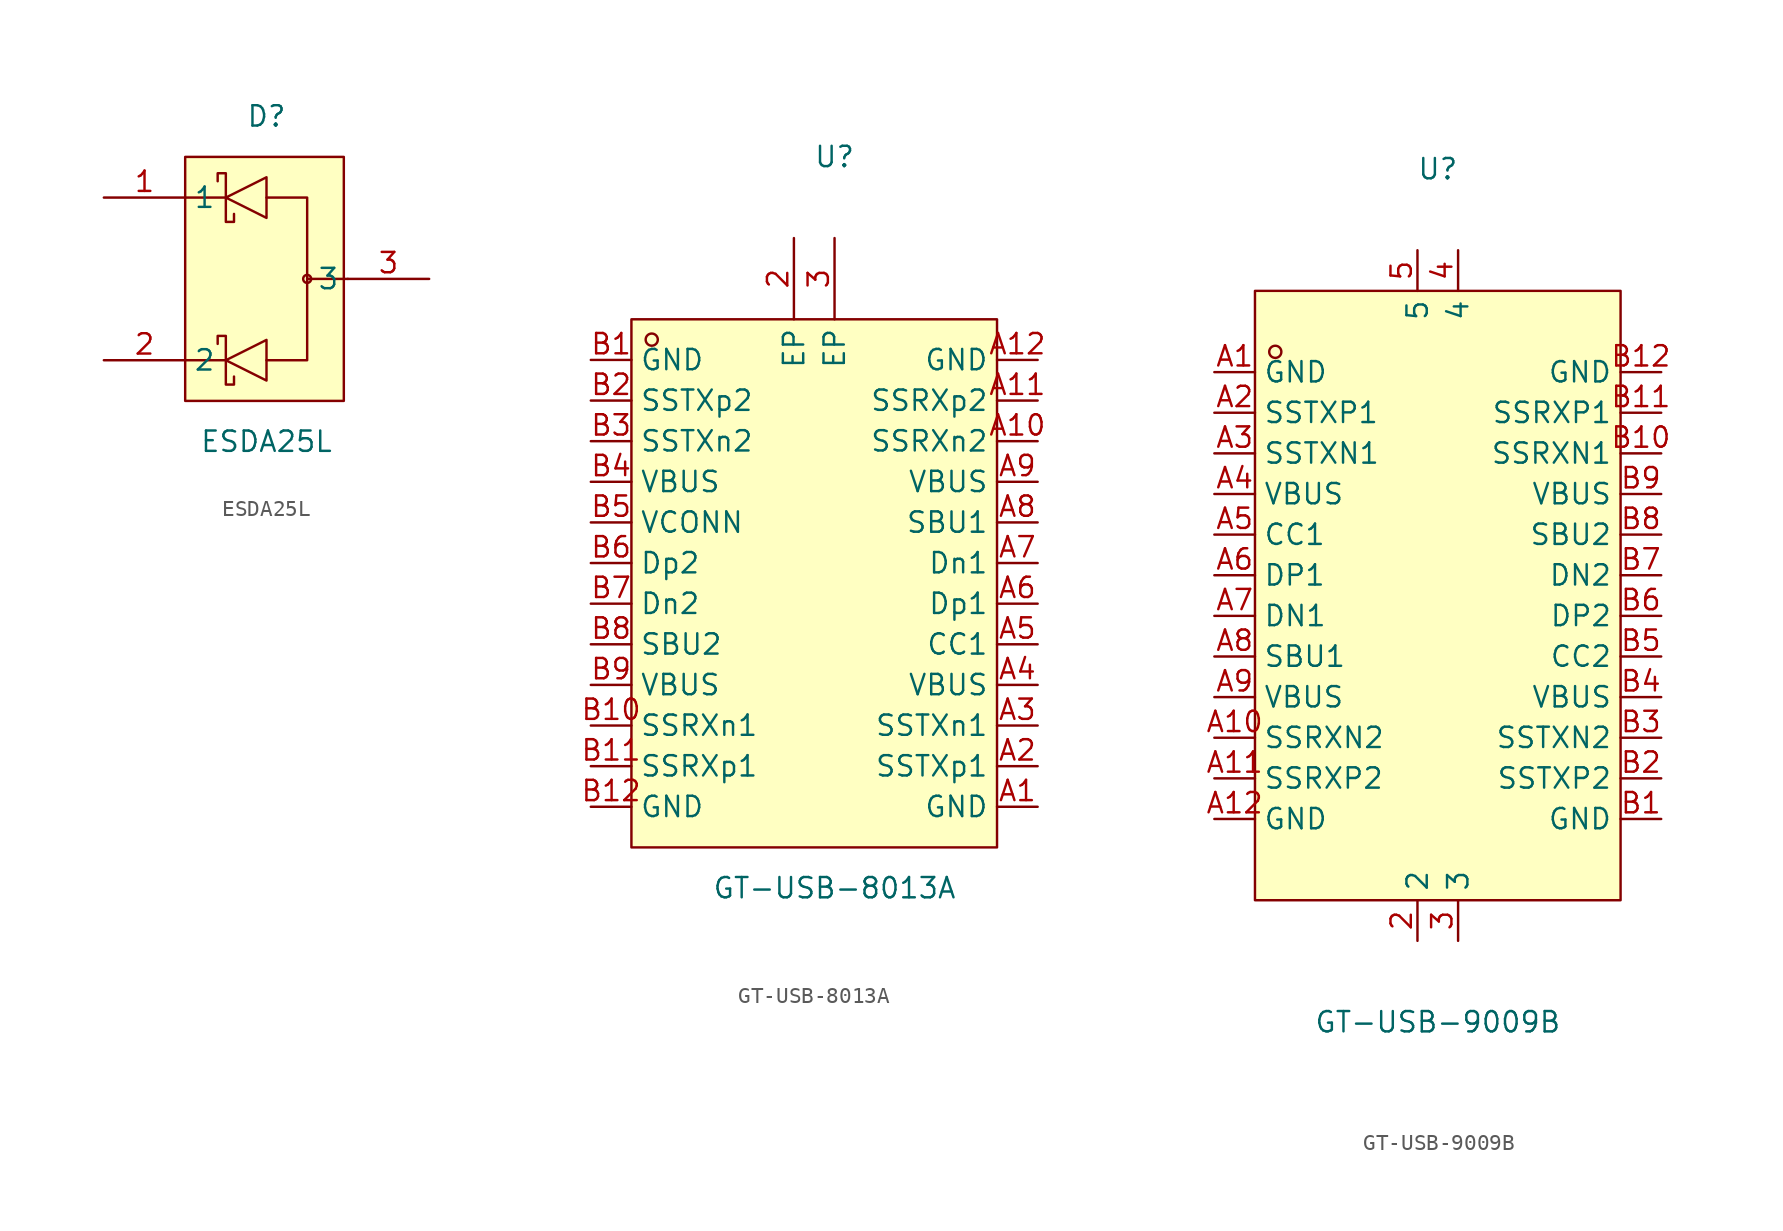
<source format=kicad_sym>
(kicad_symbol_lib
  (version 20241209)
  (generator "kicad_symbol_editor")
  (generator_version "9.0")
  (symbol "ESDA25L"
    (property "Reference" "D"
      (at 0 10.16 0)
      (effects (font (size 1.27 1.27))))
    (property "Value" "ESDA25L"
      (at 0 -10.16 0)
      (effects (font (size 1.27 1.27))))
    (symbol "ESDA25L_0_1"
      (rectangle (start -5.08 7.62) (end 4.83 -7.62) (stroke (width 0) (type default)) (fill (type background)))
      (polyline (pts (xy -5.08 5.08) (xy -2.54 5.08)) (stroke (width 0) (type default)) (fill (type none)))
      (polyline (pts (xy -5.08 -5.08) (xy -2.54 -5.08)) (stroke (width 0) (type default)) (fill (type none)))
      (polyline (pts (xy -3.05 6.1) (xy -3.05 6.6) (xy -2.54 6.6) (xy -2.54 3.56) (xy -2.03 3.56) (xy -2.03 4.06)) (stroke (width 0) (type default)) (fill (type none)))
      (polyline (pts (xy -3.05 -4.06) (xy -3.05 -3.56) (xy -2.54 -3.56) (xy -2.54 -6.6) (xy -2.03 -6.6) (xy -2.03 -6.1)) (stroke (width 0) (type default)) (fill (type none)))
      (polyline (pts (xy 0 6.35) (xy -2.54 5.08) (xy 0 3.81) (xy 0 6.35)) (stroke (width 0) (type default)) (fill (type background)))
      (polyline (pts (xy 0 5.08) (xy 2.54 5.08) (xy 2.54 -5.08) (xy 0 -5.08)) (stroke (width 0) (type default)) (fill (type none)))
      (polyline (pts (xy 0 -3.81) (xy -2.54 -5.08) (xy 0 -6.35) (xy 0 -3.81)) (stroke (width 0) (type default)) (fill (type background)))
      (circle (center 2.54 0) (radius 0.25) (stroke (width 0) (type default)) (fill (type none)))
      (polyline (pts (xy 5.08 0) (xy 2.54 0)) (stroke (width 0) (type default)) (fill (type none)))
      (pin input line (at -10.16 5.08 0) (length 5.08) (name "1" (effects (font (size 1.27 1.27)))) (number "1" (effects (font (size 1.27 1.27)))))
      (pin input line (at -10.16 -5.08 0) (length 5.08) (name "2" (effects (font (size 1.27 1.27)))) (number "2" (effects (font (size 1.27 1.27)))))
      (pin input line (at 10.16 0 180) (length 5.08) (name "3" (effects (font (size 1.27 1.27)))) (number "3" (effects (font (size 1.27 1.27)))))))
  (symbol "GT-USB-8013A"
    (property "Reference" "U"
      (at 0 22.86 0)
      (effects (font (size 1.27 1.27))))
    (property "Value" "GT-USB-8013A"
      (at 0 -22.86 0)
      (effects (font (size 1.27 1.27))))
    (symbol "GT-USB-8013A_0_1"
      (rectangle (start -12.70 12.70) (end 10.16 -20.32) (stroke (width 0) (type default) (color 0 0 0 0)) (fill (type background)))
      (circle (center -11.43 11.43) (radius 0.38) (stroke (width 0) (type default) (color 0 0 0 0)) (fill (type none)))
      (pin unspecified line (at -15.24 10.16 0) (length 2.54) (name "GND" (effects (font (size 1.27 1.27)))) (number "B1" (effects (font (size 1.27 1.27)))))
      (pin unspecified line (at -15.24 7.62 0) (length 2.54) (name "SSTXp2" (effects (font (size 1.27 1.27)))) (number "B2" (effects (font (size 1.27 1.27)))))
      (pin unspecified line (at -15.24 5.08 0) (length 2.54) (name "SSTXn2" (effects (font (size 1.27 1.27)))) (number "B3" (effects (font (size 1.27 1.27)))))
      (pin unspecified line (at -15.24 2.54 0) (length 2.54) (name "VBUS" (effects (font (size 1.27 1.27)))) (number "B4" (effects (font (size 1.27 1.27)))))
      (pin unspecified line (at -15.24 -0.00 0) (length 2.54) (name "VCONN" (effects (font (size 1.27 1.27)))) (number "B5" (effects (font (size 1.27 1.27)))))
      (pin unspecified line (at -15.24 -2.54 0) (length 2.54) (name "Dp2" (effects (font (size 1.27 1.27)))) (number "B6" (effects (font (size 1.27 1.27)))))
      (pin unspecified line (at -15.24 -5.08 0) (length 2.54) (name "Dn2" (effects (font (size 1.27 1.27)))) (number "B7" (effects (font (size 1.27 1.27)))))
      (pin unspecified line (at -15.24 -7.62 0) (length 2.54) (name "SBU2" (effects (font (size 1.27 1.27)))) (number "B8" (effects (font (size 1.27 1.27)))))
      (pin unspecified line (at -15.24 -10.16 0) (length 2.54) (name "VBUS" (effects (font (size 1.27 1.27)))) (number "B9" (effects (font (size 1.27 1.27)))))
      (pin unspecified line (at -15.24 -12.70 0) (length 2.54) (name "SSRXn1" (effects (font (size 1.27 1.27)))) (number "B10" (effects (font (size 1.27 1.27)))))
      (pin unspecified line (at -15.24 -15.24 0) (length 2.54) (name "SSRXp1" (effects (font (size 1.27 1.27)))) (number "B11" (effects (font (size 1.27 1.27)))))
      (pin unspecified line (at -15.24 -17.78 0) (length 2.54) (name "GND" (effects (font (size 1.27 1.27)))) (number "B12" (effects (font (size 1.27 1.27)))))
      (pin unspecified line (at -2.54 17.78 270) (length 5.08) (name "EP" (effects (font (size 1.27 1.27)))) (number "2" (effects (font (size 1.27 1.27)))))
      (pin unspecified line (at 0.00 17.78 270) (length 5.08) (name "EP" (effects (font (size 1.27 1.27)))) (number "3" (effects (font (size 1.27 1.27)))))
      (pin unspecified line (at 12.70 -17.78 180) (length 2.54) (name "GND" (effects (font (size 1.27 1.27)))) (number "A1" (effects (font (size 1.27 1.27)))))
      (pin unspecified line (at 12.70 -15.24 180) (length 2.54) (name "SSTXp1" (effects (font (size 1.27 1.27)))) (number "A2" (effects (font (size 1.27 1.27)))))
      (pin unspecified line (at 12.70 -12.70 180) (length 2.54) (name "SSTXn1" (effects (font (size 1.27 1.27)))) (number "A3" (effects (font (size 1.27 1.27)))))
      (pin unspecified line (at 12.70 -10.16 180) (length 2.54) (name "VBUS" (effects (font (size 1.27 1.27)))) (number "A4" (effects (font (size 1.27 1.27)))))
      (pin unspecified line (at 12.70 -7.62 180) (length 2.54) (name "CC1" (effects (font (size 1.27 1.27)))) (number "A5" (effects (font (size 1.27 1.27)))))
      (pin unspecified line (at 12.70 -5.08 180) (length 2.54) (name "Dp1" (effects (font (size 1.27 1.27)))) (number "A6" (effects (font (size 1.27 1.27)))))
      (pin unspecified line (at 12.70 -2.54 180) (length 2.54) (name "Dn1" (effects (font (size 1.27 1.27)))) (number "A7" (effects (font (size 1.27 1.27)))))
      (pin unspecified line (at 12.70 -0.00 180) (length 2.54) (name "SBU1" (effects (font (size 1.27 1.27)))) (number "A8" (effects (font (size 1.27 1.27)))))
      (pin unspecified line (at 12.70 2.54 180) (length 2.54) (name "VBUS" (effects (font (size 1.27 1.27)))) (number "A9" (effects (font (size 1.27 1.27)))))
      (pin unspecified line (at 12.70 5.08 180) (length 2.54) (name "SSRXn2" (effects (font (size 1.27 1.27)))) (number "A10" (effects (font (size 1.27 1.27)))))
      (pin unspecified line (at 12.70 7.62 180) (length 2.54) (name "SSRXp2" (effects (font (size 1.27 1.27)))) (number "A11" (effects (font (size 1.27 1.27)))))
      (pin unspecified line (at 12.70 10.16 180) (length 2.54) (name "GND" (effects (font (size 1.27 1.27)))) (number "A12" (effects (font (size 1.27 1.27)))))))
  (symbol "GT-USB-9009B"
    (property "Reference" "U"
      (at 0 27.94 0)
      (effects (font (size 1.27 1.27))))
    (property "Value" "GT-USB-9009B"
      (at 0 -25.40 0)
      (effects (font (size 1.27 1.27))))
    (symbol "GT-USB-9009B_0_1"
      (rectangle (start -11.43 20.32) (end 11.43 -17.78) (stroke (width 0) (type default) (color 0 0 0 0)) (fill (type background)))
      (circle (center -10.16 16.51) (radius 0.38) (stroke (width 0) (type default) (color 0 0 0 0)) (fill (type none)))
      (pin unspecified line (at -1.27 -20.32 90) (length 2.54) (name "2" (effects (font (size 1.27 1.27)))) (number "2" (effects (font (size 1.27 1.27)))))
      (pin unspecified line (at 13.97 15.24 180) (length 2.54) (name "GND" (effects (font (size 1.27 1.27)))) (number "B12" (effects (font (size 1.27 1.27)))))
      (pin unspecified line (at 13.97 12.70 180) (length 2.54) (name "SSRXP1" (effects (font (size 1.27 1.27)))) (number "B11" (effects (font (size 1.27 1.27)))))
      (pin unspecified line (at 13.97 10.16 180) (length 2.54) (name "SSRXN1" (effects (font (size 1.27 1.27)))) (number "B10" (effects (font (size 1.27 1.27)))))
      (pin unspecified line (at 13.97 7.62 180) (length 2.54) (name "VBUS" (effects (font (size 1.27 1.27)))) (number "B9" (effects (font (size 1.27 1.27)))))
      (pin unspecified line (at 13.97 5.08 180) (length 2.54) (name "SBU2" (effects (font (size 1.27 1.27)))) (number "B8" (effects (font (size 1.27 1.27)))))
      (pin unspecified line (at 13.97 2.54 180) (length 2.54) (name "DN2" (effects (font (size 1.27 1.27)))) (number "B7" (effects (font (size 1.27 1.27)))))
      (pin unspecified line (at 13.97 -0.00 180) (length 2.54) (name "DP2" (effects (font (size 1.27 1.27)))) (number "B6" (effects (font (size 1.27 1.27)))))
      (pin unspecified line (at 13.97 -2.54 180) (length 2.54) (name "CC2" (effects (font (size 1.27 1.27)))) (number "B5" (effects (font (size 1.27 1.27)))))
      (pin unspecified line (at 13.97 -5.08 180) (length 2.54) (name "VBUS" (effects (font (size 1.27 1.27)))) (number "B4" (effects (font (size 1.27 1.27)))))
      (pin unspecified line (at 13.97 -7.62 180) (length 2.54) (name "SSTXN2" (effects (font (size 1.27 1.27)))) (number "B3" (effects (font (size 1.27 1.27)))))
      (pin unspecified line (at 13.97 -10.16 180) (length 2.54) (name "SSTXP2" (effects (font (size 1.27 1.27)))) (number "B2" (effects (font (size 1.27 1.27)))))
      (pin unspecified line (at 13.97 -12.70 180) (length 2.54) (name "GND" (effects (font (size 1.27 1.27)))) (number "B1" (effects (font (size 1.27 1.27)))))
      (pin unspecified line (at -13.97 -12.70 0) (length 2.54) (name "GND" (effects (font (size 1.27 1.27)))) (number "A12" (effects (font (size 1.27 1.27)))))
      (pin unspecified line (at -13.97 -10.16 0) (length 2.54) (name "SSRXP2" (effects (font (size 1.27 1.27)))) (number "A11" (effects (font (size 1.27 1.27)))))
      (pin unspecified line (at -13.97 -7.62 0) (length 2.54) (name "SSRXN2" (effects (font (size 1.27 1.27)))) (number "A10" (effects (font (size 1.27 1.27)))))
      (pin unspecified line (at -13.97 -5.08 0) (length 2.54) (name "VBUS" (effects (font (size 1.27 1.27)))) (number "A9" (effects (font (size 1.27 1.27)))))
      (pin unspecified line (at -13.97 -2.54 0) (length 2.54) (name "SBU1" (effects (font (size 1.27 1.27)))) (number "A8" (effects (font (size 1.27 1.27)))))
      (pin unspecified line (at -13.97 -0.00 0) (length 2.54) (name "DN1" (effects (font (size 1.27 1.27)))) (number "A7" (effects (font (size 1.27 1.27)))))
      (pin unspecified line (at -13.97 2.54 0) (length 2.54) (name "DP1" (effects (font (size 1.27 1.27)))) (number "A6" (effects (font (size 1.27 1.27)))))
      (pin unspecified line (at -13.97 5.08 0) (length 2.54) (name "CC1" (effects (font (size 1.27 1.27)))) (number "A5" (effects (font (size 1.27 1.27)))))
      (pin unspecified line (at -13.97 7.62 0) (length 2.54) (name "VBUS" (effects (font (size 1.27 1.27)))) (number "A4" (effects (font (size 1.27 1.27)))))
      (pin unspecified line (at -13.97 10.16 0) (length 2.54) (name "SSTXN1" (effects (font (size 1.27 1.27)))) (number "A3" (effects (font (size 1.27 1.27)))))
      (pin unspecified line (at -13.97 12.70 0) (length 2.54) (name "SSTXP1" (effects (font (size 1.27 1.27)))) (number "A2" (effects (font (size 1.27 1.27)))))
      (pin unspecified line (at -13.97 15.24 0) (length 2.54) (name "GND" (effects (font (size 1.27 1.27)))) (number "A1" (effects (font (size 1.27 1.27)))))
      (pin unspecified line (at 1.27 -20.32 90) (length 2.54) (name "3" (effects (font (size 1.27 1.27)))) (number "3" (effects (font (size 1.27 1.27)))))
      (pin unspecified line (at 1.27 22.86 270) (length 2.54) (name "4" (effects (font (size 1.27 1.27)))) (number "4" (effects (font (size 1.27 1.27)))))
      (pin unspecified line (at -1.27 22.86 270) (length 2.54) (name "5" (effects (font (size 1.27 1.27)))) (number "5" (effects (font (size 1.27 1.27))))))))
</source>
